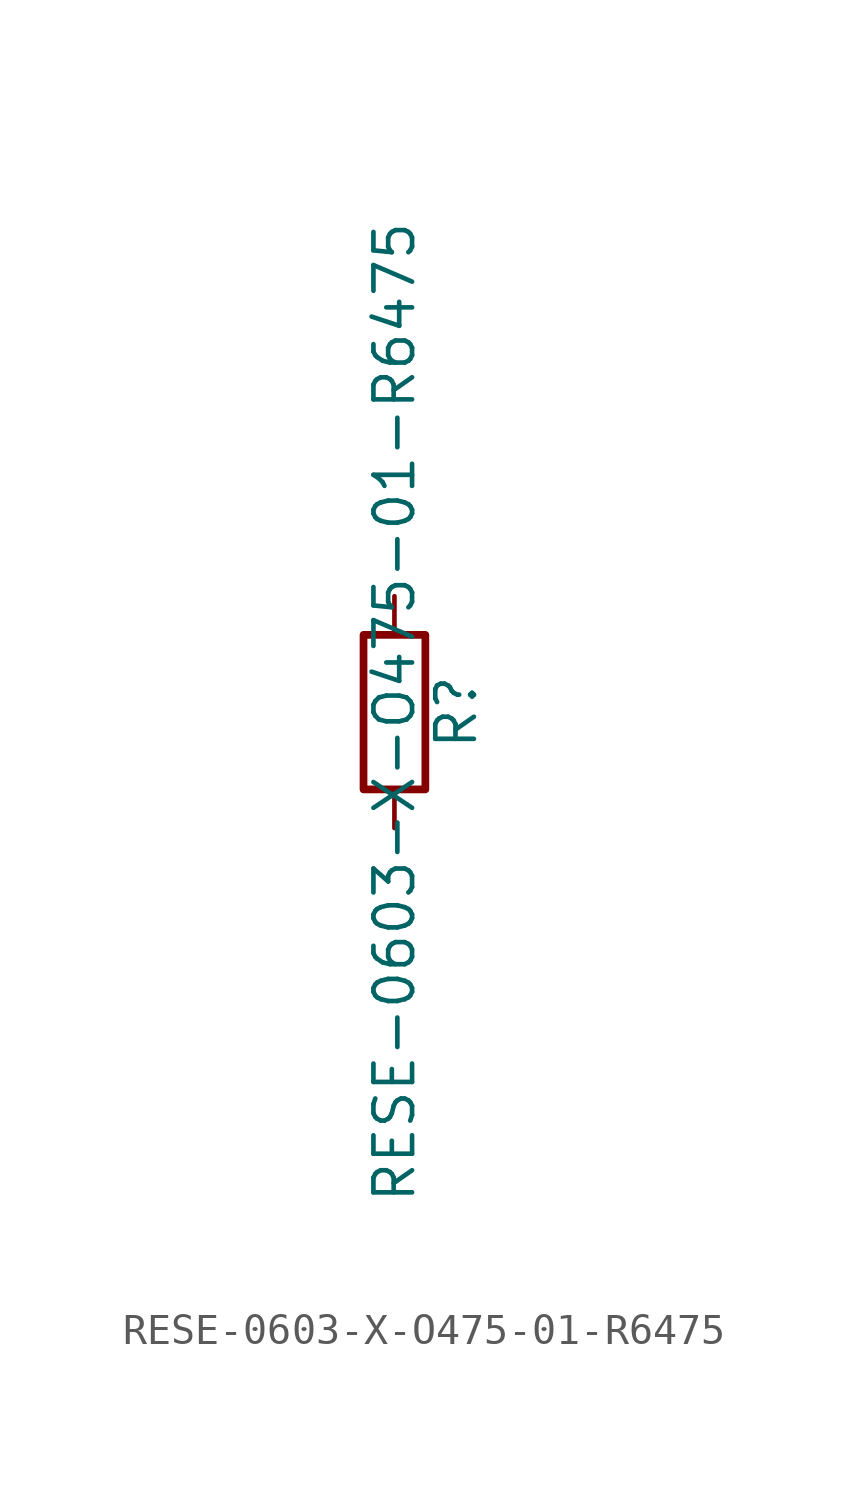
<source format=kicad_sym>
(kicad_symbol_lib
  (version 20211014)
  (generator kicad_symbol_editor)
  (symbol "RESE-0603-X-O475-01-R6475"
    (pin_numbers hide)
    (pin_names
      (offset 0))
    (property "Reference" "R"
      (at 2.032 0 90)
      (effects (font (size 1.27 1.27))))
    (property "Value" "RESE-0603-X-O475-01-R6475"
      (at 0 0 90)
      (effects (font (size 1.27 1.27))))
    (symbol "RESE-0603-X-O475-01-R6475_0_1"
      (rectangle (start -1.016 -2.54) (end 1.016 2.54) (stroke (width 0.254) (type default) (color 0 0 0 0)) (fill (type none))))
    (symbol "RESE-0603-X-O475-01-R6475_1_1"
      (pin passive line (at 0 3.81 270) (length 1.27) (name "~" (effects (font (size 1.27 1.27)))) (number "1" (effects (font (size 1.27 1.27)))))
      (pin passive line (at 0 -3.81 90) (length 1.27) (name "~" (effects (font (size 1.27 1.27)))) (number "2" (effects (font (size 1.27 1.27))))))))
</source>
